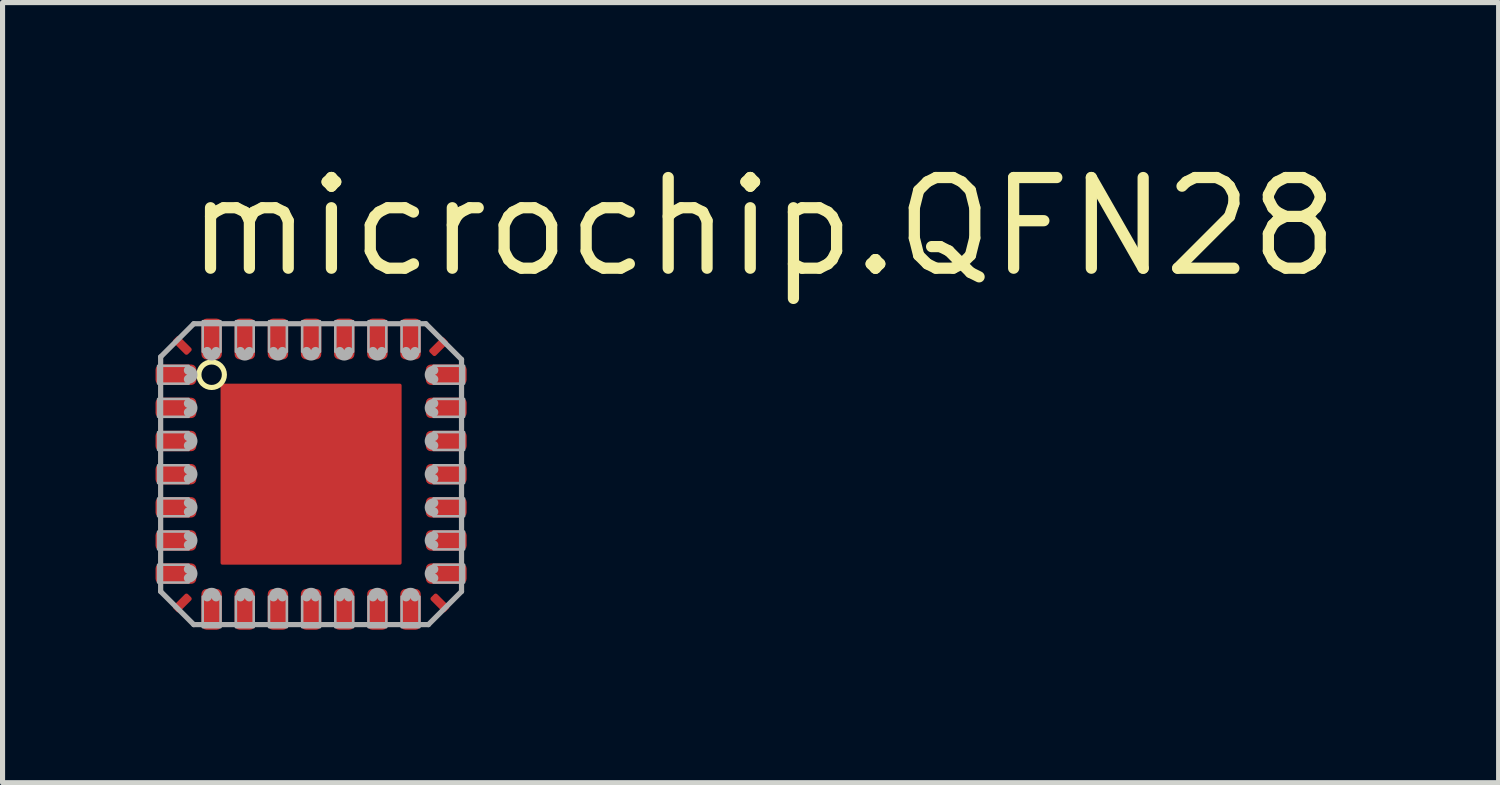
<source format=kicad_pcb>
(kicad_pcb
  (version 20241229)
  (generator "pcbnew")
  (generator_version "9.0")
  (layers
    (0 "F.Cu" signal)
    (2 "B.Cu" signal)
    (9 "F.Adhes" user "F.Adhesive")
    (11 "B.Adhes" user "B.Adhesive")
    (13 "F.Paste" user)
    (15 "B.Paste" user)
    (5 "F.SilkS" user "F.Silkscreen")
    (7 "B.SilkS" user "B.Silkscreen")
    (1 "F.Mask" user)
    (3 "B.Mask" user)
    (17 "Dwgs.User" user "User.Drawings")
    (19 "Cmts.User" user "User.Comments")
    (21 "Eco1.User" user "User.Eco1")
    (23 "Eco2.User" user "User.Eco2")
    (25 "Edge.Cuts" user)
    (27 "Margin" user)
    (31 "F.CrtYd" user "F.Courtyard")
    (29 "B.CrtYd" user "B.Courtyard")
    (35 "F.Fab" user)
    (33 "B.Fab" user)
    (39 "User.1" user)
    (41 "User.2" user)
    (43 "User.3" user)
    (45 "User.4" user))
  (footprint "microchip.QFN28"
    (layer "F.Cu")
    (at 3.05 6.248)
    (property "Reference" "microchip.QFN28" (at -2.54 -3.81 0) (layer "F.SilkS") (effects (font (size 1.778 1.778) (thickness 0.22)) (justify left bottom)))
    (attr smd)
    (fp_rect (start -3 -1.775) (end -2.4 -2.125) (stroke (width 0.05) (type default)) (fill yes) (layer "F.Mask"))
    (fp_rect (start -3 -1.125) (end -2.4 -1.475) (stroke (width 0.05) (type default)) (fill yes) (layer "F.Mask"))
    (fp_rect (start -3 -0.475) (end -2.4 -0.825) (stroke (width 0.05) (type default)) (fill yes) (layer "F.Mask"))
    (fp_rect (start -3 0.175) (end -2.4 -0.175) (stroke (width 0.05) (type default)) (fill yes) (layer "F.Mask"))
    (fp_rect (start -3 0.825) (end -2.4 0.475) (stroke (width 0.05) (type default)) (fill yes) (layer "F.Mask"))
    (fp_rect (start -3 1.475) (end -2.4 1.125) (stroke (width 0.05) (type default)) (fill yes) (layer "F.Mask"))
    (fp_rect (start -3 2.125) (end -2.4 1.775) (stroke (width 0.05) (type default)) (fill yes) (layer "F.Mask"))
    (fp_rect (start -2.125 -2.4) (end -1.775 -3) (stroke (width 0.05) (type default)) (fill yes) (layer "F.Mask"))
    (fp_rect (start -2.125 3) (end -1.775 2.4) (stroke (width 0.05) (type default)) (fill yes) (layer "F.Mask"))
    (fp_rect (start -1.75 1.75) (end 1.75 -1.75) (stroke (width 0.05) (type default)) (fill yes) (layer "F.Mask"))
    (fp_rect (start -1.475 -2.4) (end -1.125 -3) (stroke (width 0.05) (type default)) (fill yes) (layer "F.Mask"))
    (fp_rect (start -1.475 3) (end -1.125 2.4) (stroke (width 0.05) (type default)) (fill yes) (layer "F.Mask"))
    (fp_rect (start -0.825 -2.4) (end -0.475 -3) (stroke (width 0.05) (type default)) (fill yes) (layer "F.Mask"))
    (fp_rect (start -0.825 3) (end -0.475 2.4) (stroke (width 0.05) (type default)) (fill yes) (layer "F.Mask"))
    (fp_rect (start -0.175 -2.4) (end 0.175 -3) (stroke (width 0.05) (type default)) (fill yes) (layer "F.Mask"))
    (fp_rect (start -0.175 3) (end 0.175 2.4) (stroke (width 0.05) (type default)) (fill yes) (layer "F.Mask"))
    (fp_rect (start 0.475 -2.4) (end 0.825 -3) (stroke (width 0.05) (type default)) (fill yes) (layer "F.Mask"))
    (fp_rect (start 0.475 3) (end 0.825 2.4) (stroke (width 0.05) (type default)) (fill yes) (layer "F.Mask"))
    (fp_rect (start 1.125 -2.4) (end 1.475 -3) (stroke (width 0.05) (type default)) (fill yes) (layer "F.Mask"))
    (fp_rect (start 1.125 3) (end 1.475 2.4) (stroke (width 0.05) (type default)) (fill yes) (layer "F.Mask"))
    (fp_rect (start 1.775 -2.4) (end 2.125 -3) (stroke (width 0.05) (type default)) (fill yes) (layer "F.Mask"))
    (fp_rect (start 1.775 3) (end 2.125 2.4) (stroke (width 0.05) (type default)) (fill yes) (layer "F.Mask"))
    (fp_rect (start 2.4 -1.775) (end 3 -2.125) (stroke (width 0.05) (type default)) (fill yes) (layer "F.Mask"))
    (fp_rect (start 2.4 -1.125) (end 3 -1.475) (stroke (width 0.05) (type default)) (fill yes) (layer "F.Mask"))
    (fp_rect (start 2.4 -0.475) (end 3 -0.825) (stroke (width 0.05) (type default)) (fill yes) (layer "F.Mask"))
    (fp_rect (start 2.4 0.175) (end 3 -0.175) (stroke (width 0.05) (type default)) (fill yes) (layer "F.Mask"))
    (fp_rect (start 2.4 0.825) (end 3 0.475) (stroke (width 0.05) (type default)) (fill yes) (layer "F.Mask"))
    (fp_rect (start 2.4 1.475) (end 3 1.125) (stroke (width 0.05) (type default)) (fill yes) (layer "F.Mask"))
    (fp_rect (start 2.4 2.125) (end 3 1.775) (stroke (width 0.05) (type default)) (fill yes) (layer "F.Mask"))
    (fp_circle (center -2.4 -1.95) (end -2.225 -1.95) (stroke (width 0.1) (type default)) (fill no) (layer "F.Mask"))
    (fp_circle (center -2.4 -1.3) (end -2.225 -1.3) (stroke (width 0.1) (type default)) (fill no) (layer "F.Mask"))
    (fp_circle (center -2.4 -0.65) (end -2.225 -0.65) (stroke (width 0.1) (type default)) (fill no) (layer "F.Mask"))
    (fp_circle (center -2.4 0) (end -2.225 0) (stroke (width 0.1) (type default)) (fill no) (layer "F.Mask"))
    (fp_circle (center -2.4 0.65) (end -2.225 0.65) (stroke (width 0.1) (type default)) (fill no) (layer "F.Mask"))
    (fp_circle (center -2.4 1.3) (end -2.225 1.3) (stroke (width 0.1) (type default)) (fill no) (layer "F.Mask"))
    (fp_circle (center -2.4 1.95) (end -2.225 1.95) (stroke (width 0.1) (type default)) (fill no) (layer "F.Mask"))
    (fp_circle (center -1.95 -2.4) (end -1.775 -2.4) (stroke (width 0.1) (type default)) (fill no) (layer "F.Mask"))
    (fp_circle (center -1.95 2.4) (end -1.775 2.4) (stroke (width 0.1) (type default)) (fill no) (layer "F.Mask"))
    (fp_circle (center -1.3 -2.4) (end -1.125 -2.4) (stroke (width 0.1) (type default)) (fill no) (layer "F.Mask"))
    (fp_circle (center -1.3 2.4) (end -1.125 2.4) (stroke (width 0.1) (type default)) (fill no) (layer "F.Mask"))
    (fp_circle (center -0.65 -2.4) (end -0.475 -2.4) (stroke (width 0.1) (type default)) (fill no) (layer "F.Mask"))
    (fp_circle (center -0.65 2.4) (end -0.475 2.4) (stroke (width 0.1) (type default)) (fill no) (layer "F.Mask"))
    (fp_circle (center 0 -2.4) (end 0.175 -2.4) (stroke (width 0.1) (type default)) (fill no) (layer "F.Mask"))
    (fp_circle (center 0 2.4) (end 0.175 2.4) (stroke (width 0.1) (type default)) (fill no) (layer "F.Mask"))
    (fp_circle (center 0.65 -2.4) (end 0.825 -2.4) (stroke (width 0.1) (type default)) (fill no) (layer "F.Mask"))
    (fp_circle (center 0.65 2.4) (end 0.825 2.4) (stroke (width 0.1) (type default)) (fill no) (layer "F.Mask"))
    (fp_circle (center 1.3 -2.4) (end 1.475 -2.4) (stroke (width 0.1) (type default)) (fill no) (layer "F.Mask"))
    (fp_circle (center 1.3 2.4) (end 1.475 2.4) (stroke (width 0.1) (type default)) (fill no) (layer "F.Mask"))
    (fp_circle (center 1.95 -2.4) (end 2.125 -2.4) (stroke (width 0.1) (type default)) (fill no) (layer "F.Mask"))
    (fp_circle (center 1.95 2.4) (end 2.125 2.4) (stroke (width 0.1) (type default)) (fill no) (layer "F.Mask"))
    (fp_circle (center 2.4 -1.95) (end 2.575 -1.95) (stroke (width 0.1) (type default)) (fill no) (layer "F.Mask"))
    (fp_circle (center 2.4 -1.3) (end 2.575 -1.3) (stroke (width 0.1) (type default)) (fill no) (layer "F.Mask"))
    (fp_circle (center 2.4 -0.65) (end 2.575 -0.65) (stroke (width 0.1) (type default)) (fill no) (layer "F.Mask"))
    (fp_circle (center 2.4 0) (end 2.575 0) (stroke (width 0.1) (type default)) (fill no) (layer "F.Mask"))
    (fp_circle (center 2.4 0.65) (end 2.575 0.65) (stroke (width 0.1) (type default)) (fill no) (layer "F.Mask"))
    (fp_circle (center 2.4 1.3) (end 2.575 1.3) (stroke (width 0.1) (type default)) (fill no) (layer "F.Mask"))
    (fp_circle (center 2.4 1.95) (end 2.575 1.95) (stroke (width 0.1) (type default)) (fill no) (layer "F.Mask"))
    (fp_circle (center -1.95 -1.95) (end -1.7 -1.95) (stroke (width 0.1) (type default)) (fill no) (layer "F.SilkS"))
    (fp_rect (start -3 -1.775) (end -2.4 -2.125) (stroke (width 0.05) (type default)) (fill yes) (layer "F.Paste"))
    (fp_rect (start -3 -1.125) (end -2.4 -1.475) (stroke (width 0.05) (type default)) (fill yes) (layer "F.Paste"))
    (fp_rect (start -3 -0.475) (end -2.4 -0.825) (stroke (width 0.05) (type default)) (fill yes) (layer "F.Paste"))
    (fp_rect (start -3 0.175) (end -2.4 -0.175) (stroke (width 0.05) (type default)) (fill yes) (layer "F.Paste"))
    (fp_rect (start -3 0.825) (end -2.4 0.475) (stroke (width 0.05) (type default)) (fill yes) (layer "F.Paste"))
    (fp_rect (start -3 1.475) (end -2.4 1.125) (stroke (width 0.05) (type default)) (fill yes) (layer "F.Paste"))
    (fp_rect (start -3 2.125) (end -2.4 1.775) (stroke (width 0.05) (type default)) (fill yes) (layer "F.Paste"))
    (fp_rect (start -2.729 -2.443) (end -2.329 -2.613) (stroke (width 0.05) (type default)) (fill yes) (layer "F.Paste"))
    (fp_rect (start -2.728 2.614) (end -2.328 2.444) (stroke (width 0.05) (type default)) (fill yes) (layer "F.Paste"))
    (fp_rect (start -2.125 -2.4) (end -1.775 -3) (stroke (width 0.05) (type default)) (fill yes) (layer "F.Paste"))
    (fp_rect (start -2.125 3) (end -1.775 2.4) (stroke (width 0.05) (type default)) (fill yes) (layer "F.Paste"))
    (fp_rect (start -1.725 1.725) (end 1.725 -1.725) (stroke (width 0.05) (type default)) (fill yes) (layer "F.Paste"))
    (fp_rect (start -1.475 -2.4) (end -1.125 -3) (stroke (width 0.05) (type default)) (fill yes) (layer "F.Paste"))
    (fp_rect (start -1.475 3) (end -1.125 2.4) (stroke (width 0.05) (type default)) (fill yes) (layer "F.Paste"))
    (fp_rect (start -0.825 -2.4) (end -0.475 -3) (stroke (width 0.05) (type default)) (fill yes) (layer "F.Paste"))
    (fp_rect (start -0.825 3) (end -0.475 2.4) (stroke (width 0.05) (type default)) (fill yes) (layer "F.Paste"))
    (fp_rect (start -0.175 -2.4) (end 0.175 -3) (stroke (width 0.05) (type default)) (fill yes) (layer "F.Paste"))
    (fp_rect (start -0.175 3) (end 0.175 2.4) (stroke (width 0.05) (type default)) (fill yes) (layer "F.Paste"))
    (fp_rect (start 0.475 -2.4) (end 0.825 -3) (stroke (width 0.05) (type default)) (fill yes) (layer "F.Paste"))
    (fp_rect (start 0.475 3) (end 0.825 2.4) (stroke (width 0.05) (type default)) (fill yes) (layer "F.Paste"))
    (fp_rect (start 1.125 -2.4) (end 1.475 -3) (stroke (width 0.05) (type default)) (fill yes) (layer "F.Paste"))
    (fp_rect (start 1.125 3) (end 1.475 2.4) (stroke (width 0.05) (type default)) (fill yes) (layer "F.Paste"))
    (fp_rect (start 1.775 -2.4) (end 2.125 -3) (stroke (width 0.05) (type default)) (fill yes) (layer "F.Paste"))
    (fp_rect (start 1.775 3) (end 2.125 2.4) (stroke (width 0.05) (type default)) (fill yes) (layer "F.Paste"))
    (fp_rect (start 2.302 -2.416) (end 2.702 -2.586) (stroke (width 0.05) (type default)) (fill yes) (layer "F.Paste"))
    (fp_rect (start 2.329 2.613) (end 2.729 2.443) (stroke (width 0.05) (type default)) (fill yes) (layer "F.Paste"))
    (fp_rect (start 2.4 -1.775) (end 3 -2.125) (stroke (width 0.05) (type default)) (fill yes) (layer "F.Paste"))
    (fp_rect (start 2.4 -1.125) (end 3 -1.475) (stroke (width 0.05) (type default)) (fill yes) (layer "F.Paste"))
    (fp_rect (start 2.4 -0.475) (end 3 -0.825) (stroke (width 0.05) (type default)) (fill yes) (layer "F.Paste"))
    (fp_rect (start 2.4 0.175) (end 3 -0.175) (stroke (width 0.05) (type default)) (fill yes) (layer "F.Paste"))
    (fp_rect (start 2.4 0.825) (end 3 0.475) (stroke (width 0.05) (type default)) (fill yes) (layer "F.Paste"))
    (fp_rect (start 2.4 1.475) (end 3 1.125) (stroke (width 0.05) (type default)) (fill yes) (layer "F.Paste"))
    (fp_rect (start 2.4 2.125) (end 3 1.775) (stroke (width 0.05) (type default)) (fill yes) (layer "F.Paste"))
    (fp_circle (center -2.4 -1.95) (end -2.225 -1.95) (stroke (width 0.1) (type default)) (fill no) (layer "F.Paste"))
    (fp_circle (center -2.4 -1.3) (end -2.225 -1.3) (stroke (width 0.1) (type default)) (fill no) (layer "F.Paste"))
    (fp_circle (center -2.4 -0.65) (end -2.225 -0.65) (stroke (width 0.1) (type default)) (fill no) (layer "F.Paste"))
    (fp_circle (center -2.4 0) (end -2.225 0) (stroke (width 0.1) (type default)) (fill no) (layer "F.Paste"))
    (fp_circle (center -2.4 0.65) (end -2.225 0.65) (stroke (width 0.1) (type default)) (fill no) (layer "F.Paste"))
    (fp_circle (center -2.4 1.3) (end -2.225 1.3) (stroke (width 0.1) (type default)) (fill no) (layer "F.Paste"))
    (fp_circle (center -2.4 1.95) (end -2.225 1.95) (stroke (width 0.1) (type default)) (fill no) (layer "F.Paste"))
    (fp_circle (center -1.95 -2.4) (end -1.775 -2.4) (stroke (width 0.1) (type default)) (fill no) (layer "F.Paste"))
    (fp_circle (center -1.95 2.4) (end -1.775 2.4) (stroke (width 0.1) (type default)) (fill no) (layer "F.Paste"))
    (fp_circle (center -1.3 -2.4) (end -1.125 -2.4) (stroke (width 0.1) (type default)) (fill no) (layer "F.Paste"))
    (fp_circle (center -1.3 2.4) (end -1.125 2.4) (stroke (width 0.1) (type default)) (fill no) (layer "F.Paste"))
    (fp_circle (center -0.65 -2.4) (end -0.475 -2.4) (stroke (width 0.1) (type default)) (fill no) (layer "F.Paste"))
    (fp_circle (center -0.65 2.4) (end -0.475 2.4) (stroke (width 0.1) (type default)) (fill no) (layer "F.Paste"))
    (fp_circle (center 0 -2.4) (end 0.175 -2.4) (stroke (width 0.1) (type default)) (fill no) (layer "F.Paste"))
    (fp_circle (center 0 2.4) (end 0.175 2.4) (stroke (width 0.1) (type default)) (fill no) (layer "F.Paste"))
    (fp_circle (center 0.65 -2.4) (end 0.825 -2.4) (stroke (width 0.1) (type default)) (fill no) (layer "F.Paste"))
    (fp_circle (center 0.65 2.4) (end 0.825 2.4) (stroke (width 0.1) (type default)) (fill no) (layer "F.Paste"))
    (fp_circle (center 1.3 -2.4) (end 1.475 -2.4) (stroke (width 0.1) (type default)) (fill no) (layer "F.Paste"))
    (fp_circle (center 1.3 2.4) (end 1.475 2.4) (stroke (width 0.1) (type default)) (fill no) (layer "F.Paste"))
    (fp_circle (center 1.95 -2.4) (end 2.125 -2.4) (stroke (width 0.1) (type default)) (fill no) (layer "F.Paste"))
    (fp_circle (center 1.95 2.4) (end 2.125 2.4) (stroke (width 0.1) (type default)) (fill no) (layer "F.Paste"))
    (fp_circle (center 2.4 -1.95) (end 2.575 -1.95) (stroke (width 0.1) (type default)) (fill no) (layer "F.Paste"))
    (fp_circle (center 2.4 -1.3) (end 2.575 -1.3) (stroke (width 0.1) (type default)) (fill no) (layer "F.Paste"))
    (fp_circle (center 2.4 -0.65) (end 2.575 -0.65) (stroke (width 0.1) (type default)) (fill no) (layer "F.Paste"))
    (fp_circle (center 2.4 0) (end 2.575 0) (stroke (width 0.1) (type default)) (fill no) (layer "F.Paste"))
    (fp_circle (center 2.4 0.65) (end 2.575 0.65) (stroke (width 0.1) (type default)) (fill no) (layer "F.Paste"))
    (fp_circle (center 2.4 1.3) (end 2.575 1.3) (stroke (width 0.1) (type default)) (fill no) (layer "F.Paste"))
    (fp_circle (center 2.4 1.95) (end 2.575 1.95) (stroke (width 0.1) (type default)) (fill no) (layer "F.Paste"))
    (fp_line (start -2.95 -2.3) (end -2.3 -2.95) (stroke (width 0.102) (type default)) (layer "F.Fab"))
    (fp_line (start -2.95 2.3) (end -2.95 -2.3) (stroke (width 0.102) (type default)) (layer "F.Fab"))
    (fp_line (start -2.3 -2.95) (end 2.25 -2.95) (stroke (width 0.102) (type default)) (layer "F.Fab"))
    (fp_line (start -2.3 2.95) (end -2.95 2.3) (stroke (width 0.102) (type default)) (layer "F.Fab"))
    (fp_line (start 2.25 -2.95) (end 2.95 -2.25) (stroke (width 0.102) (type default)) (layer "F.Fab"))
    (fp_line (start 2.3 2.95) (end -2.3 2.95) (stroke (width 0.102) (type default)) (layer "F.Fab"))
    (fp_line (start 2.95 -2.25) (end 2.95 2.3) (stroke (width 0.102) (type default)) (layer "F.Fab"))
    (fp_line (start 2.95 2.3) (end 2.3 2.95) (stroke (width 0.102) (type default)) (layer "F.Fab"))
    (fp_rect (start -3 -1.775) (end -2.4 -2.125) (stroke (width 0.05) (type default)) (fill no) (layer "F.Fab"))
    (fp_rect (start -3 -1.125) (end -2.4 -1.475) (stroke (width 0.05) (type default)) (fill no) (layer "F.Fab"))
    (fp_rect (start -3 -0.475) (end -2.4 -0.825) (stroke (width 0.05) (type default)) (fill no) (layer "F.Fab"))
    (fp_rect (start -3 0.175) (end -2.4 -0.175) (stroke (width 0.05) (type default)) (fill no) (layer "F.Fab"))
    (fp_rect (start -3 0.825) (end -2.4 0.475) (stroke (width 0.05) (type default)) (fill no) (layer "F.Fab"))
    (fp_rect (start -3 1.475) (end -2.4 1.125) (stroke (width 0.05) (type default)) (fill no) (layer "F.Fab"))
    (fp_rect (start -3 2.125) (end -2.4 1.775) (stroke (width 0.05) (type default)) (fill no) (layer "F.Fab"))
    (fp_rect (start -2.125 -2.4) (end -1.775 -3) (stroke (width 0.05) (type default)) (fill no) (layer "F.Fab"))
    (fp_rect (start -2.125 3) (end -1.775 2.4) (stroke (width 0.05) (type default)) (fill no) (layer "F.Fab"))
    (fp_rect (start -1.475 -2.4) (end -1.125 -3) (stroke (width 0.05) (type default)) (fill no) (layer "F.Fab"))
    (fp_rect (start -1.475 3) (end -1.125 2.4) (stroke (width 0.05) (type default)) (fill no) (layer "F.Fab"))
    (fp_rect (start -0.825 -2.4) (end -0.475 -3) (stroke (width 0.05) (type default)) (fill no) (layer "F.Fab"))
    (fp_rect (start -0.825 3) (end -0.475 2.4) (stroke (width 0.05) (type default)) (fill no) (layer "F.Fab"))
    (fp_rect (start -0.175 -2.4) (end 0.175 -3) (stroke (width 0.05) (type default)) (fill no) (layer "F.Fab"))
    (fp_rect (start -0.175 3) (end 0.175 2.4) (stroke (width 0.05) (type default)) (fill no) (layer "F.Fab"))
    (fp_rect (start 0.475 -2.4) (end 0.825 -3) (stroke (width 0.05) (type default)) (fill no) (layer "F.Fab"))
    (fp_rect (start 0.475 3) (end 0.825 2.4) (stroke (width 0.05) (type default)) (fill no) (layer "F.Fab"))
    (fp_rect (start 1.125 -2.4) (end 1.475 -3) (stroke (width 0.05) (type default)) (fill no) (layer "F.Fab"))
    (fp_rect (start 1.125 3) (end 1.475 2.4) (stroke (width 0.05) (type default)) (fill no) (layer "F.Fab"))
    (fp_rect (start 1.775 -2.4) (end 2.125 -3) (stroke (width 0.05) (type default)) (fill no) (layer "F.Fab"))
    (fp_rect (start 1.775 3) (end 2.125 2.4) (stroke (width 0.05) (type default)) (fill no) (layer "F.Fab"))
    (fp_rect (start 2.4 -1.775) (end 3 -2.125) (stroke (width 0.05) (type default)) (fill no) (layer "F.Fab"))
    (fp_rect (start 2.4 -1.125) (end 3 -1.475) (stroke (width 0.05) (type default)) (fill no) (layer "F.Fab"))
    (fp_rect (start 2.4 -0.475) (end 3 -0.825) (stroke (width 0.05) (type default)) (fill no) (layer "F.Fab"))
    (fp_rect (start 2.4 0.175) (end 3 -0.175) (stroke (width 0.05) (type default)) (fill no) (layer "F.Fab"))
    (fp_rect (start 2.4 0.825) (end 3 0.475) (stroke (width 0.05) (type default)) (fill no) (layer "F.Fab"))
    (fp_rect (start 2.4 1.475) (end 3 1.125) (stroke (width 0.05) (type default)) (fill no) (layer "F.Fab"))
    (fp_rect (start 2.4 2.125) (end 3 1.775) (stroke (width 0.05) (type default)) (fill no) (layer "F.Fab"))
    (fp_arc (start -2.405 -2.0375) (mid -2.3175 -1.95) (end -2.405 -1.8625) (stroke (width 0.18) (type default)) (layer "F.Fab"))
    (fp_arc (start -2.405 -1.3875) (mid -2.3175 -1.3) (end -2.405 -1.2125) (stroke (width 0.18) (type default)) (layer "F.Fab"))
    (fp_arc (start -2.405 -0.7375) (mid -2.3175 -0.65) (end -2.405 -0.5625) (stroke (width 0.18) (type default)) (layer "F.Fab"))
    (fp_arc (start -2.405 -0.0875) (mid -2.3175 0) (end -2.405 0.0875) (stroke (width 0.18) (type default)) (layer "F.Fab"))
    (fp_arc (start -2.405 0.5625) (mid -2.3175 0.65) (end -2.405 0.7375) (stroke (width 0.18) (type default)) (layer "F.Fab"))
    (fp_arc (start -2.405 1.2125) (mid -2.3175 1.3) (end -2.405 1.3875) (stroke (width 0.18) (type default)) (layer "F.Fab"))
    (fp_arc (start -2.405 1.8625) (mid -2.3175 1.95) (end -2.405 2.0375) (stroke (width 0.18) (type default)) (layer "F.Fab"))
    (fp_arc (start -2.0375 2.405) (mid -1.95 2.3175) (end -1.8625 2.405) (stroke (width 0.18) (type default)) (layer "F.Fab"))
    (fp_arc (start -1.8625 -2.405) (mid -1.95 -2.3175) (end -2.0375 -2.405) (stroke (width 0.18) (type default)) (layer "F.Fab"))
    (fp_arc (start -1.3875 2.405) (mid -1.3 2.3175) (end -1.2125 2.405) (stroke (width 0.18) (type default)) (layer "F.Fab"))
    (fp_arc (start -1.2125 -2.405) (mid -1.3 -2.3175) (end -1.3875 -2.405) (stroke (width 0.18) (type default)) (layer "F.Fab"))
    (fp_arc (start -0.7375 2.405) (mid -0.65 2.3175) (end -0.5625 2.405) (stroke (width 0.18) (type default)) (layer "F.Fab"))
    (fp_arc (start -0.5625 -2.405) (mid -0.65 -2.3175) (end -0.7375 -2.405) (stroke (width 0.18) (type default)) (layer "F.Fab"))
    (fp_arc (start -0.0875 2.405) (mid 0 2.3175) (end 0.0875 2.405) (stroke (width 0.18) (type default)) (layer "F.Fab"))
    (fp_arc (start 0.0875 -2.405) (mid 0 -2.3175) (end -0.0875 -2.405) (stroke (width 0.18) (type default)) (layer "F.Fab"))
    (fp_arc (start 0.5625 2.405) (mid 0.65 2.3175) (end 0.7375 2.405) (stroke (width 0.18) (type default)) (layer "F.Fab"))
    (fp_arc (start 0.7375 -2.405) (mid 0.65 -2.3175) (end 0.5625 -2.405) (stroke (width 0.18) (type default)) (layer "F.Fab"))
    (fp_arc (start 1.2125 2.405) (mid 1.3 2.3175) (end 1.3875 2.405) (stroke (width 0.18) (type default)) (layer "F.Fab"))
    (fp_arc (start 1.3875 -2.405) (mid 1.3 -2.3175) (end 1.2125 -2.405) (stroke (width 0.18) (type default)) (layer "F.Fab"))
    (fp_arc (start 1.8625 2.405) (mid 1.95 2.3175) (end 2.0375 2.405) (stroke (width 0.18) (type default)) (layer "F.Fab"))
    (fp_arc (start 2.0375 -2.405) (mid 1.95 -2.3175) (end 1.8625 -2.405) (stroke (width 0.18) (type default)) (layer "F.Fab"))
    (fp_arc (start 2.405 -1.8625) (mid 2.3175 -1.95) (end 2.405 -2.0375) (stroke (width 0.18) (type default)) (layer "F.Fab"))
    (fp_arc (start 2.405 -1.2125) (mid 2.3175 -1.3) (end 2.405 -1.3875) (stroke (width 0.18) (type default)) (layer "F.Fab"))
    (fp_arc (start 2.405 -0.5625) (mid 2.3175 -0.65) (end 2.405 -0.7375) (stroke (width 0.18) (type default)) (layer "F.Fab"))
    (fp_arc (start 2.405 0.0875) (mid 2.3175 0) (end 2.405 -0.0875) (stroke (width 0.18) (type default)) (layer "F.Fab"))
    (fp_arc (start 2.405 0.7375) (mid 2.3175 0.65) (end 2.405 0.5625) (stroke (width 0.18) (type default)) (layer "F.Fab"))
    (fp_arc (start 2.405 1.3875) (mid 2.3175 1.3) (end 2.405 1.2125) (stroke (width 0.18) (type default)) (layer "F.Fab"))
    (fp_arc (start 2.405 2.0375) (mid 2.3175 1.95) (end 2.405 1.8625) (stroke (width 0.18) (type default)) (layer "F.Fab"))
    (pad "1" smd roundrect (at -2.65 -1.95) (size 0.8 0.4) (layers "F.Cu" "F.Mask" "F.Paste") (roundrect_rratio 0.25))
    (pad "2" smd roundrect (at -2.65 -1.3) (size 0.8 0.4) (layers "F.Cu" "F.Mask" "F.Paste") (roundrect_rratio 0.25))
    (pad "3" smd roundrect (at -2.65 -0.65) (size 0.8 0.4) (layers "F.Cu" "F.Mask" "F.Paste") (roundrect_rratio 0.25))
    (pad "4" smd roundrect (at -2.65 0) (size 0.8 0.4) (layers "F.Cu" "F.Mask" "F.Paste") (roundrect_rratio 0.25))
    (pad "5" smd roundrect (at -2.65 0.65) (size 0.8 0.4) (layers "F.Cu" "F.Mask" "F.Paste") (roundrect_rratio 0.25))
    (pad "6" smd roundrect (at -2.65 1.3) (size 0.8 0.4) (layers "F.Cu" "F.Mask" "F.Paste") (roundrect_rratio 0.25))
    (pad "7" smd roundrect (at -2.65 1.95) (size 0.8 0.4) (layers "F.Cu" "F.Mask" "F.Paste") (roundrect_rratio 0.25))
    (pad "8" smd roundrect (at -1.95 2.65 90) (size 0.8 0.4) (layers "F.Cu" "F.Mask" "F.Paste") (roundrect_rratio 0.25))
    (pad "9" smd roundrect (at -1.3 2.65 90) (size 0.8 0.4) (layers "F.Cu" "F.Mask" "F.Paste") (roundrect_rratio 0.25))
    (pad "10" smd roundrect (at -0.65 2.65 90) (size 0.8 0.4) (layers "F.Cu" "F.Mask" "F.Paste") (roundrect_rratio 0.25))
    (pad "11" smd roundrect (at 0 2.65 90) (size 0.8 0.4) (layers "F.Cu" "F.Mask" "F.Paste") (roundrect_rratio 0.25))
    (pad "12" smd roundrect (at 0.65 2.65 90) (size 0.8 0.4) (layers "F.Cu" "F.Mask" "F.Paste") (roundrect_rratio 0.25))
    (pad "13" smd roundrect (at 1.3 2.65 90) (size 0.8 0.4) (layers "F.Cu" "F.Mask" "F.Paste") (roundrect_rratio 0.25))
    (pad "14" smd roundrect (at 1.95 2.65 90) (size 0.8 0.4) (layers "F.Cu" "F.Mask" "F.Paste") (roundrect_rratio 0.25))
    (pad "15" smd roundrect (at 2.65 1.95 180) (size 0.8 0.4) (layers "F.Cu" "F.Mask" "F.Paste") (roundrect_rratio 0.25))
    (pad "16" smd roundrect (at 2.65 1.3 180) (size 0.8 0.4) (layers "F.Cu" "F.Mask" "F.Paste") (roundrect_rratio 0.25))
    (pad "17" smd roundrect (at 2.65 0.65 180) (size 0.8 0.4) (layers "F.Cu" "F.Mask" "F.Paste") (roundrect_rratio 0.25))
    (pad "18" smd roundrect (at 2.65 0 180) (size 0.8 0.4) (layers "F.Cu" "F.Mask" "F.Paste") (roundrect_rratio 0.25))
    (pad "19" smd roundrect (at 2.65 -0.65 180) (size 0.8 0.4) (layers "F.Cu" "F.Mask" "F.Paste") (roundrect_rratio 0.25))
    (pad "20" smd roundrect (at 2.65 -1.3 180) (size 0.8 0.4) (layers "F.Cu" "F.Mask" "F.Paste") (roundrect_rratio 0.25))
    (pad "21" smd roundrect (at 2.65 -1.95 180) (size 0.8 0.4) (layers "F.Cu" "F.Mask" "F.Paste") (roundrect_rratio 0.25))
    (pad "22" smd roundrect (at 1.95 -2.65 270) (size 0.8 0.4) (layers "F.Cu" "F.Mask" "F.Paste") (roundrect_rratio 0.25))
    (pad "23" smd roundrect (at 1.3 -2.65 270) (size 0.8 0.4) (layers "F.Cu" "F.Mask" "F.Paste") (roundrect_rratio 0.25))
    (pad "24" smd roundrect (at 0.65 -2.65 270) (size 0.8 0.4) (layers "F.Cu" "F.Mask" "F.Paste") (roundrect_rratio 0.25))
    (pad "25" smd roundrect (at 0 -2.65 270) (size 0.8 0.4) (layers "F.Cu" "F.Mask" "F.Paste") (roundrect_rratio 0.25))
    (pad "26" smd roundrect (at -0.65 -2.65 270) (size 0.8 0.4) (layers "F.Cu" "F.Mask" "F.Paste") (roundrect_rratio 0.25))
    (pad "27" smd roundrect (at -1.3 -2.65 270) (size 0.8 0.4) (layers "F.Cu" "F.Mask" "F.Paste") (roundrect_rratio 0.25))
    (pad "28" smd roundrect (at -1.95 -2.65 270) (size 0.8 0.4) (layers "F.Cu" "F.Mask" "F.Paste") (roundrect_rratio 0.25))
    (pad "M" smd roundrect (at 0 0) (size 3.55 3.55) (layers "F.Cu" "F.Mask" "F.Paste") (roundrect_rratio 0.01))
    (pad "R1" smd roundrect (at -2.525 -2.525 45) (size 0.17 0.4) (layers "F.Cu" "F.Mask" "F.Paste") (roundrect_rratio 0.25))
    (pad "R2" smd roundrect (at -2.525 2.525 135) (size 0.17 0.4) (layers "F.Cu" "F.Mask" "F.Paste") (roundrect_rratio 0.25))
    (pad "R3" smd roundrect (at 2.525 2.525 225) (size 0.17 0.4) (layers "F.Cu" "F.Mask" "F.Paste") (roundrect_rratio 0.25))
    (pad "R4" smd roundrect (at 2.5 -2.5 315) (size 0.17 0.4) (layers "F.Cu" "F.Mask" "F.Paste") (roundrect_rratio 0.25)))
  (gr_rect
    (start -3 -3)
    (end 26.336 12.298)
    (stroke (width 0.1) (type default))
    (fill no)
    (layer "Edge.Cuts")))
</source>
